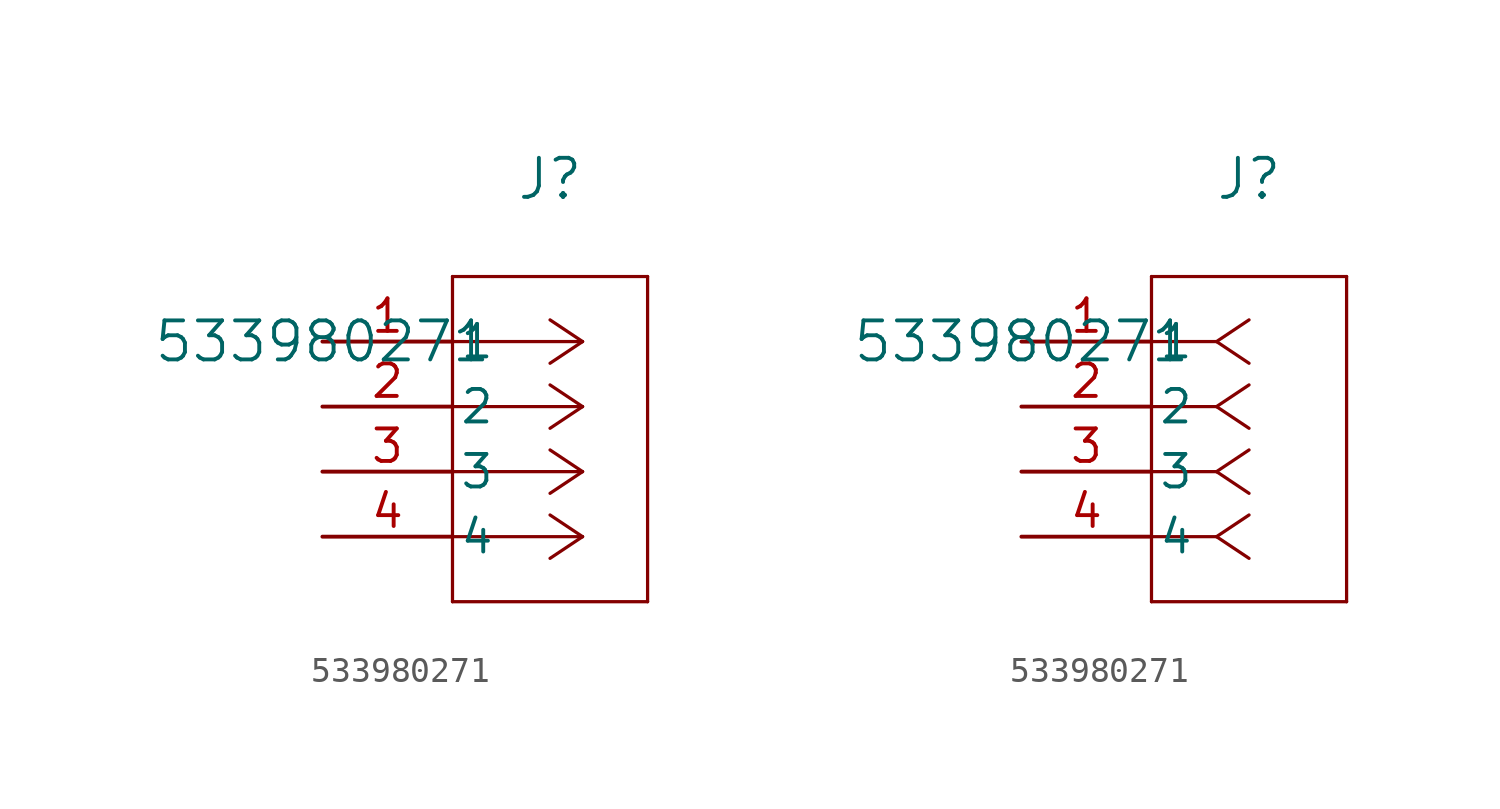
<source format=kicad_sym>
(kicad_symbol_lib
  (version 20211014)
  (generator kicad_symbol_editor)
  (symbol "533980271"
    (pin_names
      (offset 0.254))
    (property "Reference" "J"
      (at 8.89 6.35 0)
      (effects (font (size 1.524 1.524))))
    (property "Value" "533980271"
      (at 0 0 0)
      (effects (font (size 1.524 1.524))))
    (symbol "533980271_1_1"
      (polyline (pts (xy 10.16 0) (xy 5.08 0)) (stroke (width 0.127) (type default) (color 0 0 0 0)) (fill (type none)))
      (polyline (pts (xy 10.16 -2.54) (xy 5.08 -2.54)) (stroke (width 0.127) (type default) (color 0 0 0 0)) (fill (type none)))
      (polyline (pts (xy 10.16 -5.08) (xy 5.08 -5.08)) (stroke (width 0.127) (type default) (color 0 0 0 0)) (fill (type none)))
      (polyline (pts (xy 10.16 -7.62) (xy 5.08 -7.62)) (stroke (width 0.127) (type default) (color 0 0 0 0)) (fill (type none)))
      (polyline (pts (xy 10.16 0) (xy 8.89 0.847)) (stroke (width 0.127) (type default) (color 0 0 0 0)) (fill (type none)))
      (polyline (pts (xy 10.16 -2.54) (xy 8.89 -1.693)) (stroke (width 0.127) (type default) (color 0 0 0 0)) (fill (type none)))
      (polyline (pts (xy 10.16 -5.08) (xy 8.89 -4.233)) (stroke (width 0.127) (type default) (color 0 0 0 0)) (fill (type none)))
      (polyline (pts (xy 10.16 -7.62) (xy 8.89 -6.773)) (stroke (width 0.127) (type default) (color 0 0 0 0)) (fill (type none)))
      (polyline (pts (xy 10.16 0) (xy 8.89 -0.847)) (stroke (width 0.127) (type default) (color 0 0 0 0)) (fill (type none)))
      (polyline (pts (xy 10.16 -2.54) (xy 8.89 -3.387)) (stroke (width 0.127) (type default) (color 0 0 0 0)) (fill (type none)))
      (polyline (pts (xy 10.16 -5.08) (xy 8.89 -5.927)) (stroke (width 0.127) (type default) (color 0 0 0 0)) (fill (type none)))
      (polyline (pts (xy 10.16 -7.62) (xy 8.89 -8.467)) (stroke (width 0.127) (type default) (color 0 0 0 0)) (fill (type none)))
      (polyline (pts (xy 5.08 2.54) (xy 5.08 -10.16)) (stroke (width 0.127) (type default) (color 0 0 0 0)) (fill (type none)))
      (polyline (pts (xy 5.08 -10.16) (xy 12.7 -10.16)) (stroke (width 0.127) (type default) (color 0 0 0 0)) (fill (type none)))
      (polyline (pts (xy 12.7 -10.16) (xy 12.7 2.54)) (stroke (width 0.127) (type default) (color 0 0 0 0)) (fill (type none)))
      (polyline (pts (xy 12.7 2.54) (xy 5.08 2.54)) (stroke (width 0.127) (type default) (color 0 0 0 0)) (fill (type none)))
      (pin unspecified line (at 0 0 0) (length 5.08) (name "1" (effects (font (size 1.27 1.27)))) (number "1" (effects (font (size 1.27 1.27)))))
      (pin unspecified line (at 0 -2.54 0) (length 5.08) (name "2" (effects (font (size 1.27 1.27)))) (number "2" (effects (font (size 1.27 1.27)))))
      (pin unspecified line (at 0 -5.08 0) (length 5.08) (name "3" (effects (font (size 1.27 1.27)))) (number "3" (effects (font (size 1.27 1.27)))))
      (pin unspecified line (at 0 -7.62 0) (length 5.08) (name "4" (effects (font (size 1.27 1.27)))) (number "4" (effects (font (size 1.27 1.27))))))
    (symbol "533980271_1_2"
      (polyline (pts (xy 7.62 0) (xy 5.08 0)) (stroke (width 0.127) (type default) (color 0 0 0 0)) (fill (type none)))
      (polyline (pts (xy 7.62 -2.54) (xy 5.08 -2.54)) (stroke (width 0.127) (type default) (color 0 0 0 0)) (fill (type none)))
      (polyline (pts (xy 7.62 -5.08) (xy 5.08 -5.08)) (stroke (width 0.127) (type default) (color 0 0 0 0)) (fill (type none)))
      (polyline (pts (xy 7.62 -7.62) (xy 5.08 -7.62)) (stroke (width 0.127) (type default) (color 0 0 0 0)) (fill (type none)))
      (polyline (pts (xy 7.62 0) (xy 8.89 0.847)) (stroke (width 0.127) (type default) (color 0 0 0 0)) (fill (type none)))
      (polyline (pts (xy 7.62 -2.54) (xy 8.89 -1.693)) (stroke (width 0.127) (type default) (color 0 0 0 0)) (fill (type none)))
      (polyline (pts (xy 7.62 -5.08) (xy 8.89 -4.233)) (stroke (width 0.127) (type default) (color 0 0 0 0)) (fill (type none)))
      (polyline (pts (xy 7.62 -7.62) (xy 8.89 -6.773)) (stroke (width 0.127) (type default) (color 0 0 0 0)) (fill (type none)))
      (polyline (pts (xy 7.62 0) (xy 8.89 -0.847)) (stroke (width 0.127) (type default) (color 0 0 0 0)) (fill (type none)))
      (polyline (pts (xy 7.62 -2.54) (xy 8.89 -3.387)) (stroke (width 0.127) (type default) (color 0 0 0 0)) (fill (type none)))
      (polyline (pts (xy 7.62 -5.08) (xy 8.89 -5.927)) (stroke (width 0.127) (type default) (color 0 0 0 0)) (fill (type none)))
      (polyline (pts (xy 7.62 -7.62) (xy 8.89 -8.467)) (stroke (width 0.127) (type default) (color 0 0 0 0)) (fill (type none)))
      (polyline (pts (xy 5.08 2.54) (xy 5.08 -10.16)) (stroke (width 0.127) (type default) (color 0 0 0 0)) (fill (type none)))
      (polyline (pts (xy 5.08 -10.16) (xy 12.7 -10.16)) (stroke (width 0.127) (type default) (color 0 0 0 0)) (fill (type none)))
      (polyline (pts (xy 12.7 -10.16) (xy 12.7 2.54)) (stroke (width 0.127) (type default) (color 0 0 0 0)) (fill (type none)))
      (polyline (pts (xy 12.7 2.54) (xy 5.08 2.54)) (stroke (width 0.127) (type default) (color 0 0 0 0)) (fill (type none)))
      (pin unspecified line (at 0 0 0) (length 5.08) (name "1" (effects (font (size 1.27 1.27)))) (number "1" (effects (font (size 1.27 1.27)))))
      (pin unspecified line (at 0 -2.54 0) (length 5.08) (name "2" (effects (font (size 1.27 1.27)))) (number "2" (effects (font (size 1.27 1.27)))))
      (pin unspecified line (at 0 -5.08 0) (length 5.08) (name "3" (effects (font (size 1.27 1.27)))) (number "3" (effects (font (size 1.27 1.27)))))
      (pin unspecified line (at 0 -7.62 0) (length 5.08) (name "4" (effects (font (size 1.27 1.27)))) (number "4" (effects (font (size 1.27 1.27))))))))
</source>
